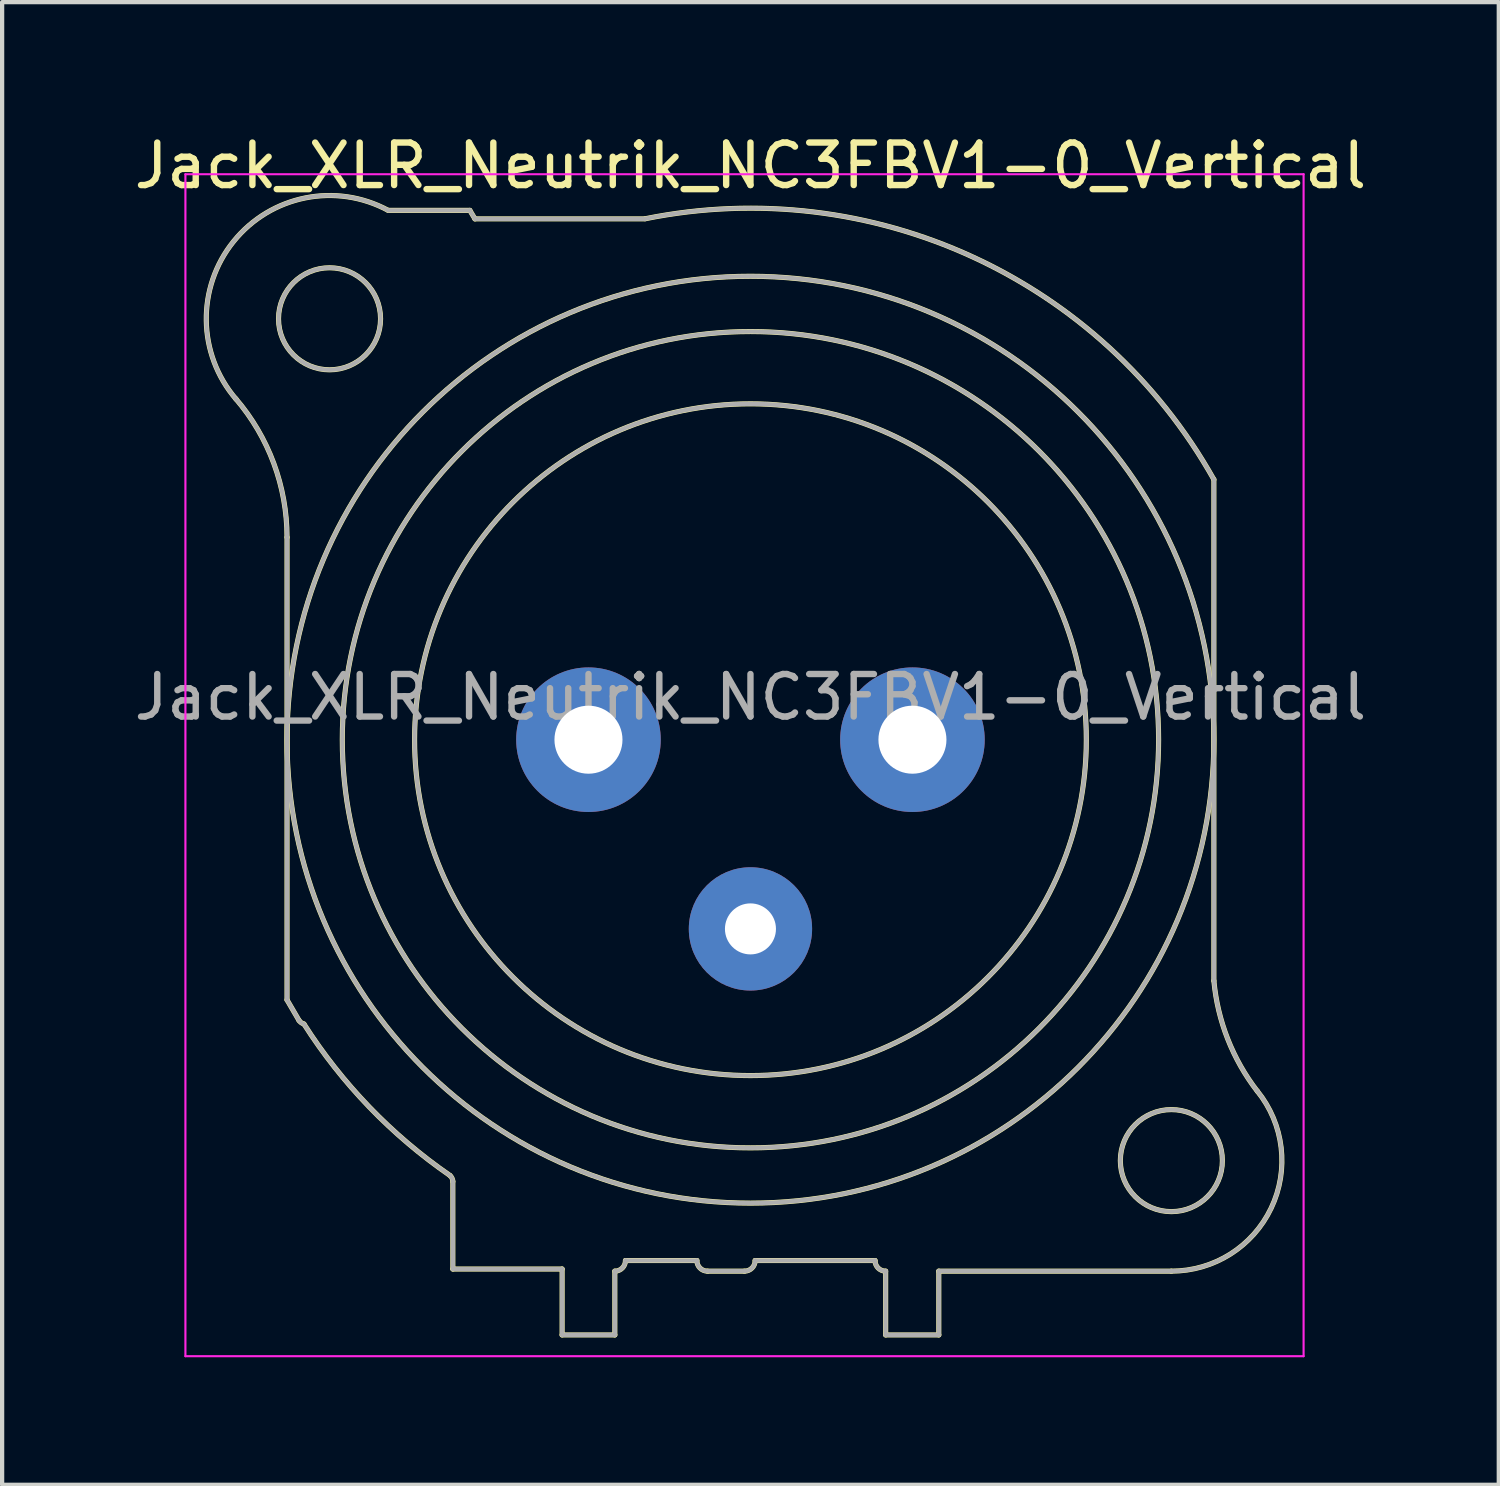
<source format=kicad_pcb>
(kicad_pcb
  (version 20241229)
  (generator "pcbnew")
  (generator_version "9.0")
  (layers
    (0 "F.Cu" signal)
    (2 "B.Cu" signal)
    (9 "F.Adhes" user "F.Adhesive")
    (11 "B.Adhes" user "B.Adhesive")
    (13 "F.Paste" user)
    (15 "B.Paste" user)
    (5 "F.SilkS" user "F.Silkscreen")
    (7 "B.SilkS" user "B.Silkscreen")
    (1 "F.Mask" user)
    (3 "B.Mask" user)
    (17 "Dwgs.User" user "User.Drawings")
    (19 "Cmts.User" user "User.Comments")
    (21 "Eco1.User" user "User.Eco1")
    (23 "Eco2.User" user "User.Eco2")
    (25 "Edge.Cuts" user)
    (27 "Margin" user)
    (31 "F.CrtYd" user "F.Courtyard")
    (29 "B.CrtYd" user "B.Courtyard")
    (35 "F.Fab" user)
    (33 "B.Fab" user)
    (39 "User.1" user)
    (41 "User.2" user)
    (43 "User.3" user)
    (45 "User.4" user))
  (footprint "Jack_XLR_Neutrik_NC3FBV1-0_Vertical"
    (layer "F.Cu")
    (at 18.411 14.348)
    (property "Reference" "Jack_XLR_Neutrik_NC3FBV1-0_Vertical" (at -3.81 -13.5 0) (layer "F.SilkS") (effects (font (size 1 1) (thickness 0.15))))
    (attr through_hole)
    (fp_line (start -14.71 -4.76) (end -14.71 6.12) (stroke (width 0.12) (type solid)) (layer "F.SilkS"))
    (fp_line (start -14.71 6.12) (end -14.43 6.6) (stroke (width 0.12) (type solid)) (layer "F.SilkS"))
    (fp_line (start -10.81 10.39) (end -10.81 12.45) (stroke (width 0.12) (type solid)) (layer "F.SilkS"))
    (fp_line (start -10.81 12.45) (end -8.24 12.45) (stroke (width 0.12) (type solid)) (layer "F.SilkS"))
    (fp_line (start -10.41 -12.45) (end -12.33 -12.45) (stroke (width 0.12) (type solid)) (layer "F.SilkS"))
    (fp_line (start -10.29 -12.25) (end -10.41 -12.45) (stroke (width 0.12) (type solid)) (layer "F.SilkS"))
    (fp_line (start -8.24 12.45) (end -8.24 14) (stroke (width 0.12) (type solid)) (layer "F.SilkS"))
    (fp_line (start -7 14) (end -8.24 14) (stroke (width 0.12) (type solid)) (layer "F.SilkS"))
    (fp_line (start -7 14) (end -7 12.5) (stroke (width 0.12) (type solid)) (layer "F.SilkS"))
    (fp_line (start -6.75 12.25) (end -5.07 12.25) (stroke (width 0.12) (type solid)) (layer "F.SilkS"))
    (fp_line (start -6.3 -12.25) (end -10.29 -12.25) (stroke (width 0.12) (type solid)) (layer "F.SilkS"))
    (fp_line (start -4.82 12.5) (end -3.95 12.5) (stroke (width 0.12) (type solid)) (layer "F.SilkS"))
    (fp_line (start -3.7 12.25) (end -0.88 12.25) (stroke (width 0.12) (type solid)) (layer "F.SilkS"))
    (fp_line (start -0.63 12.5) (end -0.63 14) (stroke (width 0.12) (type solid)) (layer "F.SilkS"))
    (fp_line (start 0.62 12.5) (end 6.09 12.5) (stroke (width 0.12) (type solid)) (layer "F.SilkS"))
    (fp_line (start 0.62 14) (end -0.63 14) (stroke (width 0.12) (type solid)) (layer "F.SilkS"))
    (fp_line (start 0.62 14) (end 0.62 12.5) (stroke (width 0.12) (type solid)) (layer "F.SilkS"))
    (fp_line (start 7.09 5.67) (end 7.09 -6.12) (stroke (width 0.12) (type solid)) (layer "F.SilkS"))
    (fp_arc (start -15.916051 -8.020379) (mid -15.021177 -6.498148) (end -14.71 -4.76) (stroke (width 0.12) (type solid)) (layer "F.SilkS"))
    (fp_arc (start -15.908884 -8.010077) (mid -15.967404 -11.719623) (end -12.33 -12.45) (stroke (width 0.12) (type solid)) (layer "F.SilkS"))
    (fp_arc (start -14.313753 6.685219) (mid -14.379716 6.653303) (end -14.43 6.6) (stroke (width 0.12) (type solid)) (layer "F.SilkS"))
    (fp_arc (start -10.879208 10.248532) (mid -12.772983 8.641241) (end -14.31 6.69) (stroke (width 0.12) (type solid)) (layer "F.SilkS"))
    (fp_arc (start -10.874359 10.252686) (mid -10.828679 10.315015) (end -10.81 10.39) (stroke (width 0.12) (type solid)) (layer "F.SilkS"))
    (fp_arc (start -6.75 12.25) (mid -6.823223 12.426777) (end -7 12.5) (stroke (width 0.12) (type solid)) (layer "F.SilkS"))
    (fp_arc (start -6.283571 -12.253402) (mid 1.401126 -11.362596) (end 7.09 -6.12) (stroke (width 0.12) (type solid)) (layer "F.SilkS"))
    (fp_arc (start -4.82 12.5) (mid -4.996777 12.426777) (end -5.07 12.25) (stroke (width 0.12) (type solid)) (layer "F.SilkS"))
    (fp_arc (start -3.7 12.25) (mid -3.773223 12.426777) (end -3.95 12.5) (stroke (width 0.12) (type solid)) (layer "F.SilkS"))
    (fp_arc (start -0.63 12.5) (mid -0.806777 12.426777) (end -0.88 12.25) (stroke (width 0.12) (type solid)) (layer "F.SilkS"))
    (fp_arc (start 8.110579 8.263767) (mid 8.436721 11.019329) (end 6.09 12.5) (stroke (width 0.12) (type solid)) (layer "F.SilkS"))
    (fp_arc (start 8.111727 8.266808) (mid 7.416073 7.041111) (end 7.09 5.67) (stroke (width 0.12) (type solid)) (layer "F.SilkS"))
    (fp_circle (center -13.71 -9.9) (end -12.51 -9.9) (stroke (width 0.12) (type solid)) (fill no) (layer "F.SilkS"))
    (fp_circle (center -3.81 0) (end 4.09 0) (stroke (width 0.12) (type solid)) (fill no) (layer "F.SilkS"))
    (fp_circle (center -3.81 0) (end 5.79 0) (stroke (width 0.12) (type solid)) (fill no) (layer "F.SilkS"))
    (fp_circle (center -3.81 0) (end 7.09 0) (stroke (width 0.12) (type solid)) (fill no) (layer "F.SilkS"))
    (fp_circle (center 6.09 9.9) (end 7.29 9.9) (stroke (width 0.12) (type solid)) (fill no) (layer "F.SilkS"))
    (fp_line (start -17.1 -13.3) (end 9.2 -13.3) (stroke (width 0.05) (type solid)) (layer "F.CrtYd"))
    (fp_line (start -17.1 14.5) (end -17.1 -13.3) (stroke (width 0.05) (type solid)) (layer "F.CrtYd"))
    (fp_line (start 9.2 -13.3) (end 9.2 14.5) (stroke (width 0.05) (type solid)) (layer "F.CrtYd"))
    (fp_line (start 9.2 14.5) (end -17.1 14.5) (stroke (width 0.05) (type solid)) (layer "F.CrtYd"))
    (fp_line (start -14.71 -4.76) (end -14.71 6.12) (stroke (width 0.1) (type solid)) (layer "F.Fab"))
    (fp_line (start -14.71 6.12) (end -14.43 6.6) (stroke (width 0.1) (type solid)) (layer "F.Fab"))
    (fp_line (start -10.81 10.39) (end -10.81 12.45) (stroke (width 0.1) (type solid)) (layer "F.Fab"))
    (fp_line (start -10.81 12.45) (end -8.24 12.45) (stroke (width 0.1) (type solid)) (layer "F.Fab"))
    (fp_line (start -10.41 -12.45) (end -12.33 -12.45) (stroke (width 0.1) (type solid)) (layer "F.Fab"))
    (fp_line (start -10.29 -12.25) (end -10.41 -12.45) (stroke (width 0.1) (type solid)) (layer "F.Fab"))
    (fp_line (start -8.24 12.45) (end -8.24 14) (stroke (width 0.1) (type solid)) (layer "F.Fab"))
    (fp_line (start -7 14) (end -8.24 14) (stroke (width 0.1) (type solid)) (layer "F.Fab"))
    (fp_line (start -7 14) (end -7 12.5) (stroke (width 0.1) (type solid)) (layer "F.Fab"))
    (fp_line (start -6.75 12.25) (end -5.07 12.25) (stroke (width 0.1) (type solid)) (layer "F.Fab"))
    (fp_line (start -6.3 -12.25) (end -10.29 -12.25) (stroke (width 0.1) (type solid)) (layer "F.Fab"))
    (fp_line (start -4.82 12.5) (end -3.95 12.5) (stroke (width 0.1) (type solid)) (layer "F.Fab"))
    (fp_line (start -3.7 12.25) (end -0.88 12.25) (stroke (width 0.1) (type solid)) (layer "F.Fab"))
    (fp_line (start -0.63 12.5) (end -0.63 14) (stroke (width 0.1) (type solid)) (layer "F.Fab"))
    (fp_line (start 0.62 12.5) (end 6.09 12.5) (stroke (width 0.1) (type solid)) (layer "F.Fab"))
    (fp_line (start 0.62 14) (end -0.63 14) (stroke (width 0.1) (type solid)) (layer "F.Fab"))
    (fp_line (start 0.62 14) (end 0.62 12.5) (stroke (width 0.1) (type solid)) (layer "F.Fab"))
    (fp_line (start 7.09 5.67) (end 7.09 -6.12) (stroke (width 0.1) (type solid)) (layer "F.Fab"))
    (fp_arc (start -15.916051 -8.020379) (mid -15.021177 -6.498148) (end -14.71 -4.76) (stroke (width 0.1) (type solid)) (layer "F.Fab"))
    (fp_arc (start -15.908884 -8.010077) (mid -15.967404 -11.719623) (end -12.33 -12.45) (stroke (width 0.1) (type solid)) (layer "F.Fab"))
    (fp_arc (start -14.313753 6.685219) (mid -14.379716 6.653303) (end -14.43 6.6) (stroke (width 0.1) (type solid)) (layer "F.Fab"))
    (fp_arc (start -10.879208 10.248532) (mid -12.772983 8.641241) (end -14.31 6.69) (stroke (width 0.1) (type solid)) (layer "F.Fab"))
    (fp_arc (start -10.874359 10.252686) (mid -10.828679 10.315015) (end -10.81 10.39) (stroke (width 0.1) (type solid)) (layer "F.Fab"))
    (fp_arc (start -6.75 12.25) (mid -6.823223 12.426777) (end -7 12.5) (stroke (width 0.1) (type solid)) (layer "F.Fab"))
    (fp_arc (start -6.283571 -12.253402) (mid 1.401126 -11.362596) (end 7.09 -6.12) (stroke (width 0.1) (type solid)) (layer "F.Fab"))
    (fp_arc (start -4.82 12.5) (mid -4.996777 12.426777) (end -5.07 12.25) (stroke (width 0.1) (type solid)) (layer "F.Fab"))
    (fp_arc (start -3.7 12.25) (mid -3.773223 12.426777) (end -3.95 12.5) (stroke (width 0.1) (type solid)) (layer "F.Fab"))
    (fp_arc (start -0.63 12.5) (mid -0.806777 12.426777) (end -0.88 12.25) (stroke (width 0.1) (type solid)) (layer "F.Fab"))
    (fp_arc (start 8.110579 8.263767) (mid 8.436721 11.019329) (end 6.09 12.5) (stroke (width 0.1) (type solid)) (layer "F.Fab"))
    (fp_arc (start 8.111727 8.266808) (mid 7.416073 7.041111) (end 7.09 5.67) (stroke (width 0.1) (type solid)) (layer "F.Fab"))
    (fp_circle (center -13.71 -9.9) (end -12.51 -9.9) (stroke (width 0.1) (type solid)) (fill no) (layer "F.Fab"))
    (fp_circle (center -3.81 0) (end 4.09 0) (stroke (width 0.1) (type solid)) (fill no) (layer "F.Fab"))
    (fp_circle (center -3.81 0) (end 5.79 0) (stroke (width 0.1) (type solid)) (fill no) (layer "F.Fab"))
    (fp_circle (center -3.81 0) (end 7.09 0) (stroke (width 0.1) (type solid)) (fill no) (layer "F.Fab"))
    (fp_circle (center 6.09 9.9) (end 7.29 9.9) (stroke (width 0.1) (type solid)) (fill no) (layer "F.Fab"))
    (fp_text user "${REFERENCE}" (at -3.81 -1 0) (layer "F.Fab") (effects (font (size 1 1) (thickness 0.15))))
    (pad "1" thru_hole circle (at 0 0) (size 3.4 3.4) (drill 1.6) (layers "*.Cu" "*.Mask"))
    (pad "2" thru_hole circle (at -7.62 0) (size 3.4 3.4) (drill 1.6) (layers "*.Cu" "*.Mask"))
    (pad "3" thru_hole circle (at -3.81 4.45) (size 2.9 2.9) (drill 1.2) (layers "*.Cu" "*.Mask")))
  (gr_rect
    (start -3 -3)
    (end 32.202 31.873)
    (stroke (width 0.1) (type default))
    (fill no)
    (layer "Edge.Cuts")))
</source>
